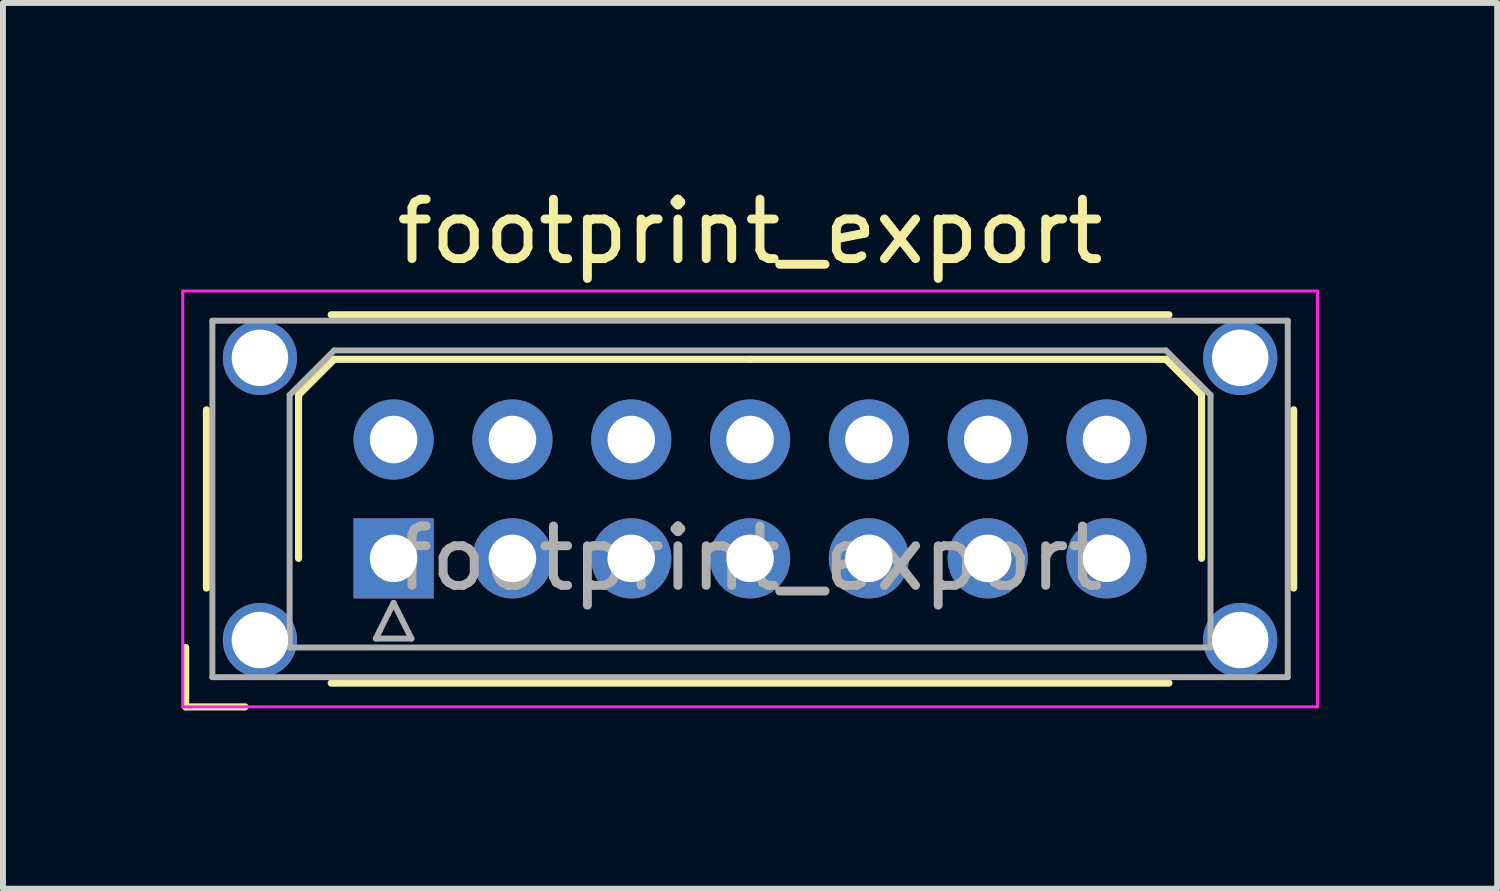
<source format=kicad_pcb>
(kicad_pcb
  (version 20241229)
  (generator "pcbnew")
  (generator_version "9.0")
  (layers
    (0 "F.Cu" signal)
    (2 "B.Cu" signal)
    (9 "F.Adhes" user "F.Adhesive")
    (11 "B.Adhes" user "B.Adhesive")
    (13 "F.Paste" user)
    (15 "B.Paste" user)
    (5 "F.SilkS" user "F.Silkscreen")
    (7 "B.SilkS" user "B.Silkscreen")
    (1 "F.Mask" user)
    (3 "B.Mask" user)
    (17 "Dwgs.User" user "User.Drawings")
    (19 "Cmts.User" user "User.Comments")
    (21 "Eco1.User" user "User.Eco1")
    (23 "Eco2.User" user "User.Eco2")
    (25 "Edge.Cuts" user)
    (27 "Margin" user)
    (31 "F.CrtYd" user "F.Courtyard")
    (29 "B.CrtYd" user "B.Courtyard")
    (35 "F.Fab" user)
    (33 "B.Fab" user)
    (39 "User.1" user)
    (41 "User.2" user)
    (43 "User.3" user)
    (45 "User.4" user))
  (footprint "footprint_export"
    (layer "F.Cu")
    (at 3.575 6.348)
    (property "Reference" "footprint_export" (at 6 -5.5 0) (layer "F.SilkS") (effects (font (size 1 1) (thickness 0.15))))
    (attr through_hole)
    (fp_line (start -3.5 1.5) (end -3.5 2.5) (stroke (width 0.12) (type solid)) (layer "F.SilkS"))
    (fp_line (start -3.5 2.5) (end -2.5 2.5) (stroke (width 0.12) (type solid)) (layer "F.SilkS"))
    (fp_line (start -3.15 -2.5) (end -3.15 0.5) (stroke (width 0.12) (type solid)) (layer "F.SilkS"))
    (fp_line (start -1.6 -2.75) (end -1 -3.35) (stroke (width 0.12) (type solid)) (layer "F.SilkS"))
    (fp_line (start -1.6 0) (end -1.6 -2.75) (stroke (width 0.12) (type solid)) (layer "F.SilkS"))
    (fp_line (start -1.05 -4.1) (end 13.05 -4.1) (stroke (width 0.12) (type solid)) (layer "F.SilkS"))
    (fp_line (start -1.05 2.1) (end 13.05 2.1) (stroke (width 0.12) (type solid)) (layer "F.SilkS"))
    (fp_line (start -1 -3.35) (end 6 -3.35) (stroke (width 0.12) (type solid)) (layer "F.SilkS"))
    (fp_line (start 13 -3.35) (end 6 -3.35) (stroke (width 0.12) (type solid)) (layer "F.SilkS"))
    (fp_line (start 13.6 -2.75) (end 13 -3.35) (stroke (width 0.12) (type solid)) (layer "F.SilkS"))
    (fp_line (start 13.6 0) (end 13.6 -2.75) (stroke (width 0.12) (type solid)) (layer "F.SilkS"))
    (fp_line (start 15.15 -2.5) (end 15.15 0.5) (stroke (width 0.12) (type solid)) (layer "F.SilkS"))
    (fp_line (start -3.55 -4.5) (end -3.55 2.5) (stroke (width 0.05) (type solid)) (layer "F.CrtYd"))
    (fp_line (start -3.55 2.5) (end 15.55 2.5) (stroke (width 0.05) (type solid)) (layer "F.CrtYd"))
    (fp_line (start 15.55 -4.5) (end -3.55 -4.5) (stroke (width 0.05) (type solid)) (layer "F.CrtYd"))
    (fp_line (start 15.55 2.5) (end 15.55 -4.5) (stroke (width 0.05) (type solid)) (layer "F.CrtYd"))
    (fp_line (start -3.05 -4) (end -3.05 2) (stroke (width 0.1) (type solid)) (layer "F.Fab"))
    (fp_line (start -3.05 2) (end 15.05 2) (stroke (width 0.1) (type solid)) (layer "F.Fab"))
    (fp_line (start -1.75 -2.75) (end -1 -3.5) (stroke (width 0.1) (type solid)) (layer "F.Fab"))
    (fp_line (start -1.75 1.5) (end -1.75 -2.75) (stroke (width 0.1) (type solid)) (layer "F.Fab"))
    (fp_line (start -1 -3.5) (end 13 -3.5) (stroke (width 0.1) (type solid)) (layer "F.Fab"))
    (fp_line (start -0.3 1.35) (end 0.3 1.35) (stroke (width 0.1) (type solid)) (layer "F.Fab"))
    (fp_line (start 0 0.75) (end -0.3 1.35) (stroke (width 0.1) (type solid)) (layer "F.Fab"))
    (fp_line (start 0.3 1.35) (end 0 0.75) (stroke (width 0.1) (type solid)) (layer "F.Fab"))
    (fp_line (start 13 -3.5) (end 13.75 -2.75) (stroke (width 0.1) (type solid)) (layer "F.Fab"))
    (fp_line (start 13.75 -2.75) (end 13.75 1.5) (stroke (width 0.1) (type solid)) (layer "F.Fab"))
    (fp_line (start 13.75 1.5) (end -1.75 1.5) (stroke (width 0.1) (type solid)) (layer "F.Fab"))
    (fp_line (start 15.05 -4) (end -3.05 -4) (stroke (width 0.1) (type solid)) (layer "F.Fab"))
    (fp_line (start 15.05 2) (end 15.05 -4) (stroke (width 0.1) (type solid)) (layer "F.Fab"))
    (fp_text user "${REFERENCE}" (at 6 0 0) (layer "F.Fab") (effects (font (size 1 1) (thickness 0.15))))
    (pad "" thru_hole circle (at -2.25 -3.375) (size 1.25 1.25) (drill 0.95) (layers "*.Cu" "*.Mask"))
    (pad "" thru_hole circle (at -2.25 1.375) (size 1.25 1.25) (drill 0.95) (layers "*.Cu" "*.Mask"))
    (pad "" thru_hole circle (at 14.25 -3.375) (size 1.25 1.25) (drill 0.95) (layers "*.Cu" "*.Mask"))
    (pad "" thru_hole circle (at 14.25 1.375) (size 1.25 1.25) (drill 0.95) (layers "*.Cu" "*.Mask"))
    (pad "1" thru_hole rect (at 0 0) (size 1.35 1.35) (drill 0.8) (layers "*.Cu" "*.Mask"))
    (pad "2" thru_hole circle (at 0 -2) (size 1.35 1.35) (drill 0.8) (layers "*.Cu" "*.Mask"))
    (pad "3" thru_hole circle (at 2 0) (size 1.35 1.35) (drill 0.8) (layers "*.Cu" "*.Mask"))
    (pad "4" thru_hole circle (at 2 -2) (size 1.35 1.35) (drill 0.8) (layers "*.Cu" "*.Mask"))
    (pad "5" thru_hole circle (at 4 0) (size 1.35 1.35) (drill 0.8) (layers "*.Cu" "*.Mask"))
    (pad "6" thru_hole circle (at 4 -2) (size 1.35 1.35) (drill 0.8) (layers "*.Cu" "*.Mask"))
    (pad "7" thru_hole circle (at 6 0) (size 1.35 1.35) (drill 0.8) (layers "*.Cu" "*.Mask"))
    (pad "8" thru_hole circle (at 6 -2) (size 1.35 1.35) (drill 0.8) (layers "*.Cu" "*.Mask"))
    (pad "9" thru_hole circle (at 8 0) (size 1.35 1.35) (drill 0.8) (layers "*.Cu" "*.Mask"))
    (pad "10" thru_hole circle (at 8 -2) (size 1.35 1.35) (drill 0.8) (layers "*.Cu" "*.Mask"))
    (pad "11" thru_hole circle (at 10 0) (size 1.35 1.35) (drill 0.8) (layers "*.Cu" "*.Mask"))
    (pad "12" thru_hole circle (at 10 -2) (size 1.35 1.35) (drill 0.8) (layers "*.Cu" "*.Mask"))
    (pad "13" thru_hole circle (at 12 0) (size 1.35 1.35) (drill 0.8) (layers "*.Cu" "*.Mask"))
    (pad "14" thru_hole circle (at 12 -2) (size 1.35 1.35) (drill 0.8) (layers "*.Cu" "*.Mask")))
  (gr_rect
    (start -3 -3)
    (end 22.15 11.908)
    (stroke (width 0.1) (type default))
    (fill no)
    (layer "Edge.Cuts")))
</source>
